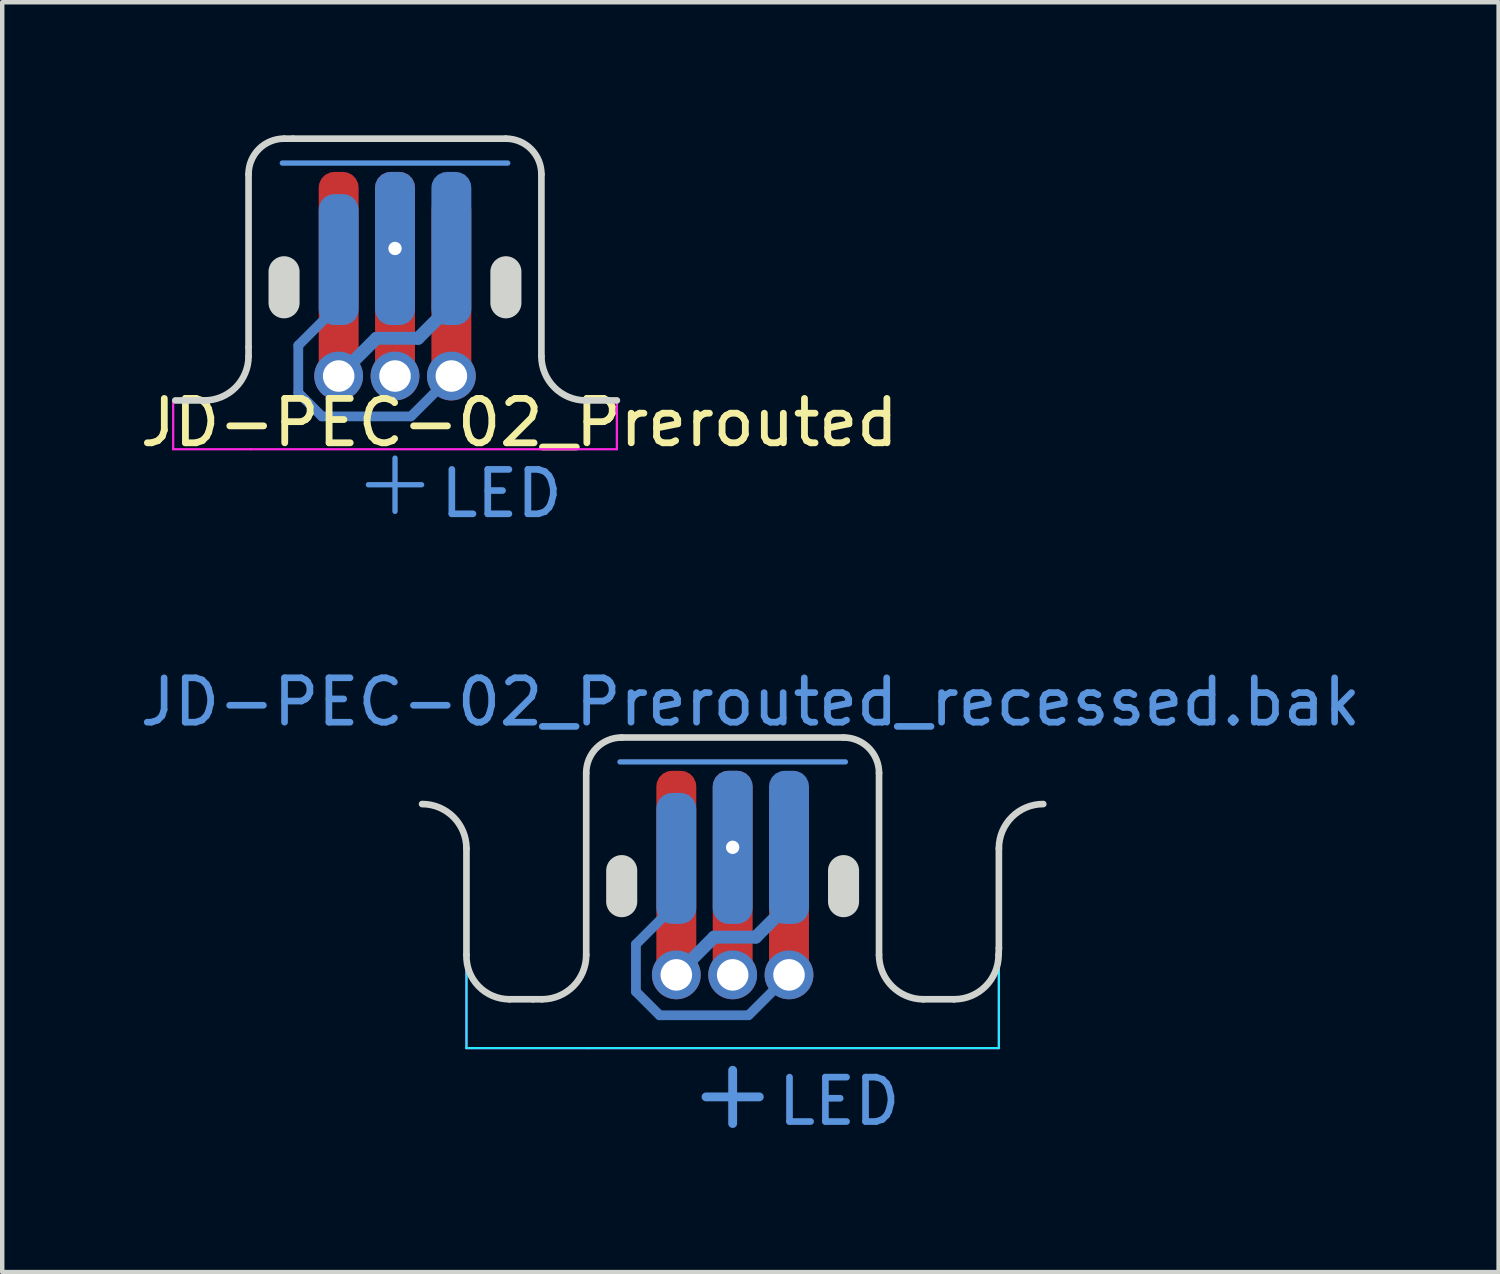
<source format=kicad_pcb>
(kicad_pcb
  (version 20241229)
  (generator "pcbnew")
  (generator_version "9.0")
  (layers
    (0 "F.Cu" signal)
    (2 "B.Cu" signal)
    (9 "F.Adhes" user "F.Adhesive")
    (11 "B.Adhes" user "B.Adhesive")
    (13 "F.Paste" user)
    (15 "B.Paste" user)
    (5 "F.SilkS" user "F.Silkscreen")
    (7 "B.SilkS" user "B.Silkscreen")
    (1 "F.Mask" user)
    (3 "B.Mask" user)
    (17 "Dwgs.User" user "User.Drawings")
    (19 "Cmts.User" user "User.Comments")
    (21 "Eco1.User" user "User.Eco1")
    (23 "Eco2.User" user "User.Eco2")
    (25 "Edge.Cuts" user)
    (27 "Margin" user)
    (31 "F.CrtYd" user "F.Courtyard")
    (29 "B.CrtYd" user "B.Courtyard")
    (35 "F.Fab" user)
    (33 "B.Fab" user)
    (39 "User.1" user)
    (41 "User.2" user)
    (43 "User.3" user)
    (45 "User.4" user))
  (footprint "JD-PEC-02_Prerouted"
    (layer "F.Cu")
    (at 5.853 4.075)
    (property "Reference" "JD-PEC-02_Prerouted" (at 2.8 2.4 0) (layer "F.SilkS") (effects (font (size 1 1) (thickness 0.153))))
    (attr through_hole)
    (fp_line (start -2.54 -3.45) (end 2.54 -3.45) (stroke (width 0.12) (type solid)) (layer "Cmts.User"))
    (fp_line (start -0.6 3.8) (end 0.6 3.8) (stroke (width 0.12) (type default)) (layer "Cmts.User"))
    (fp_line (start 0 3.2) (end 0 4.4) (stroke (width 0.12) (type default)) (layer "Cmts.User"))
    (fp_line (start 2.499 -4) (end -2.501 -4) (stroke (width 0.15) (type solid)) (layer "Eco1.User"))
    (fp_line (start 3.299 0.9) (end 3.299 -3.2) (stroke (width 0.15) (type solid)) (layer "Eco1.User"))
    (fp_line (start 3.299 0.9) (end 3.299 -3.2) (stroke (width 0.15) (type solid)) (layer "Eco1.User"))
    (fp_arc (start 4.297807 1.9) (mid 3.591372 1.606828) (end 3.299148 0.9) (stroke (width 0.15) (type solid)) (layer "Eco1.User"))
    (fp_circle (center -1.271 1.3) (end -0.916 1.3) (stroke (width 0.15) (type solid)) (fill no) (layer "Eco1.User"))
    (fp_circle (center -0.001 1.3) (end 0.354 1.3) (stroke (width 0.15) (type solid)) (fill no) (layer "Eco1.User"))
    (fp_circle (center 1.269 1.3) (end 1.624 1.3) (stroke (width 0.15) (type solid)) (fill no) (layer "Eco1.User"))
    (fp_line (start -4.951 1.9) (end -4.298 1.9) (stroke (width 0.15) (type default)) (layer "Edge.Cuts"))
    (fp_line (start -3.301 -3.2) (end -3.301 0.7) (stroke (width 0.15) (type solid)) (layer "Edge.Cuts"))
    (fp_line (start -3.301 0.7) (end -3.301 0.902) (stroke (width 0.15) (type default)) (layer "Edge.Cuts"))
    (fp_line (start -2.501 -4) (end -2.3 -4) (stroke (width 0.15) (type default)) (layer "Edge.Cuts"))
    (fp_line (start 2.499 -4) (end -2.3 -4) (stroke (width 0.15) (type solid)) (layer "Edge.Cuts"))
    (fp_line (start 3.299 -3.2) (end 3.299 0.9) (stroke (width 0.15) (type default)) (layer "Edge.Cuts"))
    (fp_line (start 4.298 1.9) (end 5 1.9) (stroke (width 0.15) (type default)) (layer "Edge.Cuts"))
    (fp_arc (start -3.300852 -3.2) (mid -3.066852 -3.765999) (end -2.500852 -4) (stroke (width 0.15) (type solid)) (layer "Edge.Cuts"))
    (fp_arc (start -3.300852 0.902) (mid -3.592637 1.607476) (end -4.297807 1.9) (stroke (width 0.15) (type solid)) (layer "Edge.Cuts"))
    (fp_arc (start 2.499148 -4) (mid 3.065147 -3.765999) (end 3.299148 -3.2) (stroke (width 0.15) (type solid)) (layer "Edge.Cuts"))
    (fp_arc (start 4.297807 1.9) (mid 3.591372 1.606829) (end 3.299148 0.9) (stroke (width 0.15) (type solid)) (layer "Edge.Cuts"))
    (fp_poly (pts (arc (start -2.150853 -1.000001) (mid -2.500852 -1.35) (end -2.850851 -1.000001)) (arc (start -2.850851 -0.300002) (mid -2.500852 0.049997) (end -2.150853 -0.300002))) (stroke (width 0) (type solid)) (fill yes) (layer "Edge.Cuts"))
    (fp_poly (pts (arc (start 2.849147 -1.000001) (mid 2.499148 -1.35) (end 2.149149 -1.000001)) (arc (start 2.149149 -0.300002) (mid 2.499148 0.049997) (end 2.849147 -0.300002))) (stroke (width 0) (type solid)) (fill yes) (layer "Edge.Cuts"))
    (fp_line (start -5 1.9) (end -5 3) (stroke (width 0.05) (type default)) (layer "F.CrtYd"))
    (fp_line (start -5 3) (end -3.25 3) (stroke (width 0.05) (type default)) (layer "F.CrtYd"))
    (fp_line (start -4.2 1.9) (end -5 1.9) (stroke (width 0.05) (type default)) (layer "F.CrtYd"))
    (fp_line (start -3.301 -3.2) (end -3.301 0.902) (stroke (width 0.05) (type solid)) (layer "F.CrtYd"))
    (fp_line (start -2.501 -4) (end 2.499 -4) (stroke (width 0.05) (type default)) (layer "F.CrtYd"))
    (fp_line (start 3.25 3) (end -3.25 3) (stroke (width 0.05) (type default)) (layer "F.CrtYd"))
    (fp_line (start 3.299 -3.2) (end 3.299 0.9) (stroke (width 0.05) (type default)) (layer "F.CrtYd"))
    (fp_line (start 4.298 1.9) (end 5 1.9) (stroke (width 0.05) (type solid)) (layer "F.CrtYd"))
    (fp_line (start 5 1.9) (end 5 3) (stroke (width 0.05) (type default)) (layer "F.CrtYd"))
    (fp_line (start 5 3) (end 3.25 3) (stroke (width 0.05) (type default)) (layer "F.CrtYd"))
    (fp_arc (start -3.300852 -3.2) (mid -3.066852 -3.765999) (end -2.500852 -4) (stroke (width 0.05) (type solid)) (layer "F.CrtYd"))
    (fp_arc (start -3.300852 0.902) (mid -3.558642 1.573788) (end -4.2 1.9) (stroke (width 0.05) (type solid)) (layer "F.CrtYd"))
    (fp_arc (start 2.499148 -4) (mid 3.065147 -3.765999) (end 3.299148 -3.2) (stroke (width 0.05) (type solid)) (layer "F.CrtYd"))
    (fp_arc (start 4.297807 1.9) (mid 3.591372 1.606829) (end 3.299148 0.9) (stroke (width 0.05) (type solid)) (layer "F.CrtYd"))
    (fp_text user "LED" (at 2.4 4 0) (unlocked yes) (layer "Cmts.User") (effects (font (size 1 1) (thickness 0.15))))
    (pad "1" smd oval (at -2.18 1.194 90) (size 1.287 0.22) (layers "B.Cu"))
    (pad "1" smd oval (at -1.913 1.994 315) (size 0.974 0.22) (layers "B.Cu"))
    (pad "1" smd oval (at -1.725 0.205 45) (size 1.507 0.22) (layers "B.Cu"))
    (pad "1" smd roundrect (at -1.27 -1.275) (size 0.9 2.95) (layers "B.Cu" "B.Mask") (roundrect_rratio 0.389))
    (pad "1" smd oval (at -0.651 2.26) (size 2.212 0.22) (layers "B.Cu"))
    (pad "1" smd oval (at 0.815 1.805 45) (size 1.507 0.22) (layers "B.Cu"))
    (pad "1" smd roundrect (at 1.27 -0.475) (size 0.9 4.55) (layers "F.Cu" "F.Mask") (roundrect_rratio 0.389))
    (pad "1" thru_hole circle (at 1.27 1.35) (size 1.1 1.1) (drill 0.71) (layers "*.Cu" "*.Mask"))
    (pad "2" thru_hole circle (at 0 -1.525) (size 0.6 0.6) (drill 0.3) (layers "*.Cu" "*.Mask"))
    (pad "2" smd roundrect (at 0 -1.525) (size 0.9 3.45) (layers "B.Cu" "B.Mask") (roundrect_rratio 0.389))
    (pad "2" smd roundrect (at 0 -0.725) (size 0.9 5.05) (layers "F.Cu" "F.Mask") (roundrect_rratio 0.389))
    (pad "2" thru_hole circle (at 0 1.35) (size 1.1 1.1) (drill 0.71) (layers "*.Cu" "*.Mask"))
    (pad "3" smd roundrect (at -1.27 -0.725) (size 0.9 5.05) (layers "F.Cu" "F.Mask") (roundrect_rratio 0.389))
    (pad "3" thru_hole circle (at -1.27 1.35) (size 1.1 1.1) (drill 0.71) (layers "*.Cu" "*.Mask"))
    (pad "3" smd oval (at -0.845 0.925 45) (size 1.492 0.29) (layers "B.Cu"))
    (pad "3" smd oval (at 0.05 0.5) (size 1.23 0.29) (layers "B.Cu"))
    (pad "3" smd oval (at 0.895 0.125 45) (size 1.351 0.29) (layers "B.Cu"))
    (pad "3" smd roundrect (at 1.27 -1.525) (size 0.9 3.45) (layers "B.Cu" "B.Mask") (roundrect_rratio 0.389)))
  (footprint "JD-PEC-02_Prerouted_recessed.bak"
    (layer "F.Cu")
    (at 13.463 17.572)
    (property "Reference" "JD-PEC-02_Prerouted_recessed.bak" (at 0.4 -4.8 0) (layer "Cmts.User") (effects (font (size 1 1) (thickness 0.15))))
    (attr through_hole)
    (fp_line (start -2.54 -3.45) (end 2.54 -3.45) (stroke (width 0.12) (type solid)) (layer "Cmts.User"))
    (fp_line (start -0.6 4.1) (end 0.6 4.1) (stroke (width 0.2) (type default)) (layer "Cmts.User"))
    (fp_line (start 0 3.5) (end 0 4.7) (stroke (width 0.2) (type default)) (layer "Cmts.User"))
    (fp_line (start -6 -1.5) (end -6 0.9) (stroke (width 0.15) (type default)) (layer "Edge.Cuts"))
    (fp_line (start -5.031 1.9) (end -4.5 1.9) (stroke (width 0.15) (type default)) (layer "Edge.Cuts"))
    (fp_line (start -4.298 1.9) (end -4.5 1.9) (stroke (width 0.15) (type default)) (layer "Edge.Cuts"))
    (fp_line (start -3.301 -3.2) (end -3.301 0.902) (stroke (width 0.15) (type solid)) (layer "Edge.Cuts"))
    (fp_line (start 2.499 -4) (end -2.501 -4) (stroke (width 0.15) (type solid)) (layer "Edge.Cuts"))
    (fp_line (start 3.299 -3.2) (end 3.299 0.9) (stroke (width 0.15) (type default)) (layer "Edge.Cuts"))
    (fp_line (start 4.298 1.9) (end 4.993 1.9) (stroke (width 0.15) (type default)) (layer "Edge.Cuts"))
    (fp_line (start 6 0.75) (end 5.993 0.9) (stroke (width 0.15) (type default)) (layer "Edge.Cuts"))
    (fp_line (start 6 0.75) (end 6 -1.5) (stroke (width 0.15) (type solid)) (layer "Edge.Cuts"))
    (fp_arc (start -7 -2.5) (mid -6.292893 -2.207107) (end -6 -1.5) (stroke (width 0.15) (type default)) (layer "Edge.Cuts"))
    (fp_arc (start -5.031284 1.9) (mid -5.727418 1.605151) (end -6 0.9) (stroke (width 0.15) (type solid)) (layer "Edge.Cuts"))
    (fp_arc (start -3.300852 -3.2) (mid -3.066852 -3.765999) (end -2.500852 -4) (stroke (width 0.15) (type solid)) (layer "Edge.Cuts"))
    (fp_arc (start -3.300852 0.902) (mid -3.592637 1.607476) (end -4.297807 1.9) (stroke (width 0.15) (type solid)) (layer "Edge.Cuts"))
    (fp_arc (start 2.499148 -4) (mid 3.065147 -3.765999) (end 3.299148 -3.2) (stroke (width 0.15) (type solid)) (layer "Edge.Cuts"))
    (fp_arc (start 4.297807 1.9) (mid 3.591372 1.606829) (end 3.299148 0.9) (stroke (width 0.15) (type solid)) (layer "Edge.Cuts"))
    (fp_arc (start 5.992893 0.9) (mid 5.700001 1.607107) (end 4.992893 1.9) (stroke (width 0.15) (type solid)) (layer "Edge.Cuts"))
    (fp_arc (start 6 -1.5) (mid 6.292893 -2.207107) (end 7 -2.5) (stroke (width 0.15) (type default)) (layer "Edge.Cuts"))
    (fp_poly (pts (arc (start -2.150853 -1.000001) (mid -2.500852 -1.35) (end -2.850851 -1.000001)) (arc (start -2.850851 -0.300002) (mid -2.500852 0.049997) (end -2.150853 -0.300002))) (stroke (width 0) (type solid)) (fill yes) (layer "Edge.Cuts"))
    (fp_poly (pts (arc (start 2.849147 -1.000001) (mid 2.499148 -1.35) (end 2.149149 -1.000001)) (arc (start 2.149149 -0.300002) (mid 2.499148 0.049997) (end 2.849147 -0.300002))) (stroke (width 0) (type solid)) (fill yes) (layer "Edge.Cuts"))
    (fp_line (start -6 0.9) (end -6 3) (stroke (width 0.05) (type default)) (layer "B.CrtYd"))
    (fp_line (start -6 3) (end -3.25 3) (stroke (width 0.05) (type default)) (layer "B.CrtYd"))
    (fp_line (start -4.2 1.9) (end -5.031 1.9) (stroke (width 0.05) (type default)) (layer "B.CrtYd"))
    (fp_line (start -3.301 -3.2) (end -3.301 0.902) (stroke (width 0.05) (type solid)) (layer "B.CrtYd"))
    (fp_line (start -2.501 -4) (end 2.5 -4) (stroke (width 0.05) (type default)) (layer "B.CrtYd"))
    (fp_line (start 3.3 -3.2) (end 3.299 0.9) (stroke (width 0.05) (type default)) (layer "B.CrtYd"))
    (fp_line (start 4.298 1.9) (end 5 1.9) (stroke (width 0.05) (type solid)) (layer "B.CrtYd"))
    (fp_line (start 6 0.9) (end 6 3) (stroke (width 0.05) (type default)) (layer "B.CrtYd"))
    (fp_line (start 6 3) (end -3.25 3) (stroke (width 0.05) (type default)) (layer "B.CrtYd"))
    (fp_arc (start -5.031284 1.9) (mid -5.72742 1.605152) (end -6 0.9) (stroke (width 0.05) (type solid)) (layer "B.CrtYd"))
    (fp_arc (start -3.300852 -3.2) (mid -3.066852 -3.766) (end -2.500852 -4) (stroke (width 0.05) (type solid)) (layer "B.CrtYd"))
    (fp_arc (start -3.300852 0.902) (mid -3.558642 1.573788) (end -4.2 1.9) (stroke (width 0.05) (type solid)) (layer "B.CrtYd"))
    (fp_arc (start 2.5 -4) (mid 3.065685 -3.765685) (end 3.3 -3.2) (stroke (width 0.05) (type default)) (layer "B.CrtYd"))
    (fp_arc (start 4.297807 1.9) (mid 3.591372 1.606828) (end 3.299148 0.9) (stroke (width 0.05) (type solid)) (layer "B.CrtYd"))
    (fp_arc (start 6 0.9) (mid 5.707107 1.607106) (end 5 1.9) (stroke (width 0.05) (type solid)) (layer "B.CrtYd"))
    (fp_line (start -6 0.9) (end -6 3) (stroke (width 0.05) (type default)) (layer "F.CrtYd"))
    (fp_line (start -6 3) (end -3.25 3) (stroke (width 0.05) (type default)) (layer "F.CrtYd"))
    (fp_line (start -4.2 1.9) (end -5.031 1.9) (stroke (width 0.05) (type default)) (layer "F.CrtYd"))
    (fp_line (start -3.301 -3.2) (end -3.301 0.902) (stroke (width 0.05) (type solid)) (layer "F.CrtYd"))
    (fp_line (start -2.501 -4) (end 2.5 -4) (stroke (width 0.05) (type default)) (layer "F.CrtYd"))
    (fp_line (start 3.3 -3.2) (end 3.299 0.9) (stroke (width 0.05) (type default)) (layer "F.CrtYd"))
    (fp_line (start 4.298 1.9) (end 5 1.9) (stroke (width 0.05) (type solid)) (layer "F.CrtYd"))
    (fp_line (start 6 0.9) (end 6 3) (stroke (width 0.05) (type default)) (layer "F.CrtYd"))
    (fp_line (start 6 3) (end -3.25 3) (stroke (width 0.05) (type default)) (layer "F.CrtYd"))
    (fp_arc (start -5.031284 1.9) (mid -5.727419 1.605152) (end -6 0.9) (stroke (width 0.05) (type solid)) (layer "F.CrtYd"))
    (fp_arc (start -3.300852 -3.2) (mid -3.066852 -3.765999) (end -2.500852 -4) (stroke (width 0.05) (type solid)) (layer "F.CrtYd"))
    (fp_arc (start -3.300852 0.902) (mid -3.558642 1.573788) (end -4.2 1.9) (stroke (width 0.05) (type solid)) (layer "F.CrtYd"))
    (fp_arc (start 2.5 -4) (mid 3.065685 -3.765685) (end 3.3 -3.2) (stroke (width 0.05) (type default)) (layer "F.CrtYd"))
    (fp_arc (start 4.297807 1.9) (mid 3.591372 1.606829) (end 3.299148 0.9) (stroke (width 0.05) (type solid)) (layer "F.CrtYd"))
    (fp_arc (start 6 0.9) (mid 5.707108 1.607108) (end 5 1.9) (stroke (width 0.05) (type solid)) (layer "F.CrtYd"))
    (fp_text user "LED" (at 2.4 4.2 0) (unlocked yes) (layer "Cmts.User") (effects (font (size 1 1) (thickness 0.15))))
    (pad "1" smd oval (at -2.18 1.194 90) (size 1.287 0.22) (layers "B.Cu"))
    (pad "1" smd oval (at -1.913 1.994 315) (size 0.974 0.22) (layers "B.Cu"))
    (pad "1" smd oval (at -1.725 0.205 45) (size 1.507 0.22) (layers "B.Cu"))
    (pad "1" smd roundrect (at -1.27 -1.275) (size 0.9 2.95) (layers "B.Cu" "B.Mask") (roundrect_rratio 0.389))
    (pad "1" smd oval (at -0.651 2.26) (size 2.212 0.22) (layers "B.Cu"))
    (pad "1" smd oval (at 0.815 1.805 45) (size 1.507 0.22) (layers "B.Cu"))
    (pad "1" smd roundrect (at 1.27 -0.475) (size 0.9 4.55) (layers "F.Cu" "F.Mask") (roundrect_rratio 0.389))
    (pad "1" thru_hole circle (at 1.27 1.35) (size 1.1 1.1) (drill 0.71) (layers "*.Cu" "*.Mask"))
    (pad "2" thru_hole circle (at 0 -1.525) (size 0.6 0.6) (drill 0.3) (layers "*.Cu" "*.Mask"))
    (pad "2" smd roundrect (at 0 -1.525) (size 0.9 3.45) (layers "B.Cu" "B.Mask") (roundrect_rratio 0.389))
    (pad "2" smd roundrect (at 0 -0.725) (size 0.9 5.05) (layers "F.Cu" "F.Mask") (roundrect_rratio 0.389))
    (pad "2" thru_hole circle (at 0 1.35) (size 1.1 1.1) (drill 0.71) (layers "*.Cu" "*.Mask"))
    (pad "3" smd roundrect (at -1.27 -0.725) (size 0.9 5.05) (layers "F.Cu" "F.Mask") (roundrect_rratio 0.389))
    (pad "3" thru_hole circle (at -1.27 1.35) (size 1.1 1.1) (drill 0.71) (layers "*.Cu" "*.Mask"))
    (pad "3" smd oval (at -0.845 0.925 45) (size 1.492 0.29) (layers "B.Cu"))
    (pad "3" smd oval (at 0.05 0.5) (size 1.23 0.29) (layers "B.Cu"))
    (pad "3" smd oval (at 0.895 0.125 45) (size 1.351 0.29) (layers "B.Cu"))
    (pad "3" smd roundrect (at 1.27 -1.525) (size 0.9 3.45) (layers "B.Cu" "B.Mask") (roundrect_rratio 0.389)))
  (gr_rect
    (start -3 -3)
    (end 30.726 25.62)
    (stroke (width 0.1) (type default))
    (fill no)
    (layer "Edge.Cuts")))
</source>
